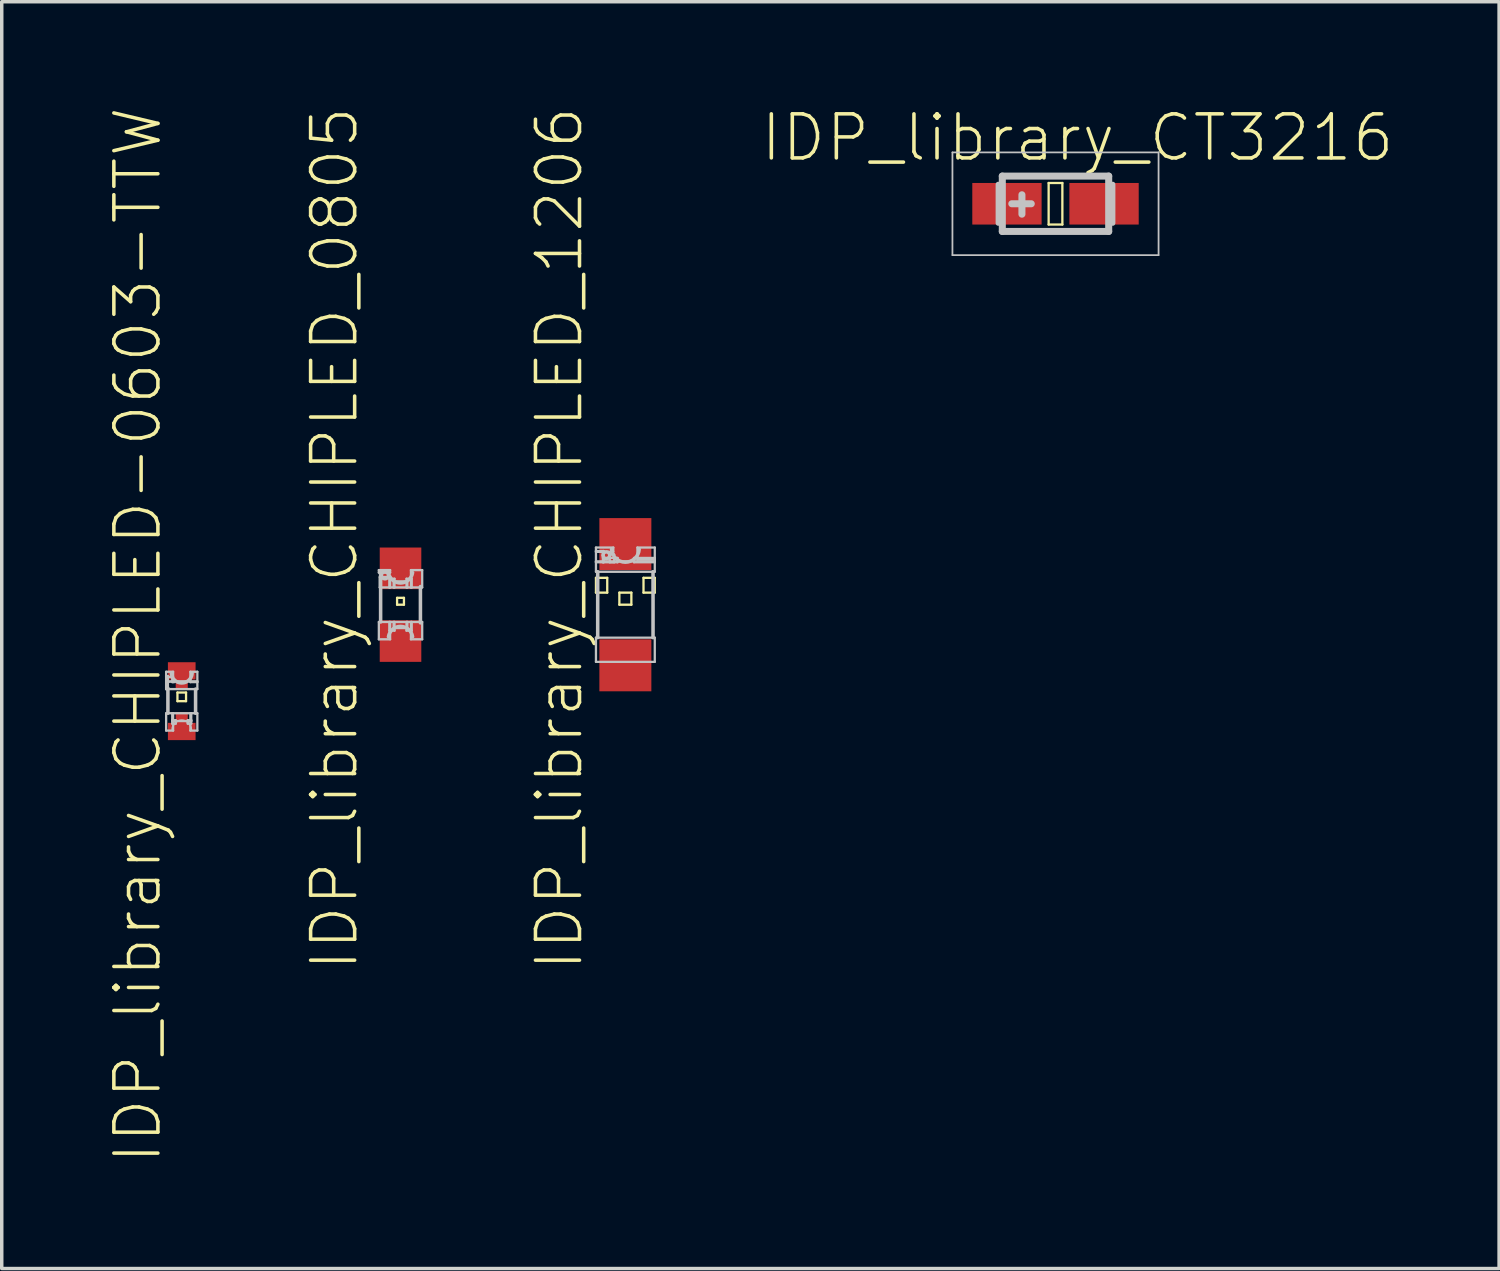
<source format=kicad_pcb>
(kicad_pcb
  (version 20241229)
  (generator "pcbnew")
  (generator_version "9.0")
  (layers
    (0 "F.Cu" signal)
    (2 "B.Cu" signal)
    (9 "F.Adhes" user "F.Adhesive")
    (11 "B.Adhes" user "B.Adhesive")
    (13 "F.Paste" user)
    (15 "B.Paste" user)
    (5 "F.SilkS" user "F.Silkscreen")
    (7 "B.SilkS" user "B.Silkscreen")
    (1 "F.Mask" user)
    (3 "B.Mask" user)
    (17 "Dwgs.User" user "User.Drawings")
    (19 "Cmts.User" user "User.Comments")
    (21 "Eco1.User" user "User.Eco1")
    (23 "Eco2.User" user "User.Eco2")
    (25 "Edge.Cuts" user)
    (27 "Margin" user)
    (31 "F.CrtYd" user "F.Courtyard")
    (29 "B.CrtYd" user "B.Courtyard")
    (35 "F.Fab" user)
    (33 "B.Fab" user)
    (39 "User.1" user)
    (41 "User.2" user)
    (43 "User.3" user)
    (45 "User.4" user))
  (footprint "IDP_library_CHIPLED_1206"
    (layer "F.Cu")
    (at 14.984 14.388)
    (property "Reference" "IDP_library_CHIPLED_1206" (at -1.905 -1.905 90) (layer "F.SilkS") (effects (font (size 1.27 1.27) (thickness 0.102))))
    (attr smd)
    (fp_line (start -0.848 -0.775) (end -0.523 -0.775) (stroke (width 0.066) (type solid)) (layer "F.SilkS"))
    (fp_line (start -0.848 -0.348) (end -0.848 -0.775) (stroke (width 0.066) (type solid)) (layer "F.SilkS"))
    (fp_line (start -0.848 -0.348) (end -0.523 -0.348) (stroke (width 0.066) (type solid)) (layer "F.SilkS"))
    (fp_line (start -0.523 -0.348) (end -0.523 -0.775) (stroke (width 0.066) (type solid)) (layer "F.SilkS"))
    (fp_line (start -0.173 -0.348) (end 0.173 -0.348) (stroke (width 0.066) (type solid)) (layer "F.SilkS"))
    (fp_line (start -0.173 0) (end -0.173 -0.348) (stroke (width 0.066) (type solid)) (layer "F.SilkS"))
    (fp_line (start -0.173 0) (end 0.173 0) (stroke (width 0.066) (type solid)) (layer "F.SilkS"))
    (fp_line (start 0.173 0) (end 0.173 -0.348) (stroke (width 0.066) (type solid)) (layer "F.SilkS"))
    (fp_line (start 0.523 -0.775) (end 0.848 -0.775) (stroke (width 0.066) (type solid)) (layer "F.SilkS"))
    (fp_line (start 0.523 -0.348) (end 0.523 -0.775) (stroke (width 0.066) (type solid)) (layer "F.SilkS"))
    (fp_line (start 0.523 -0.348) (end 0.848 -0.348) (stroke (width 0.066) (type solid)) (layer "F.SilkS"))
    (fp_line (start 0.848 -0.348) (end 0.848 -0.775) (stroke (width 0.066) (type solid)) (layer "F.SilkS"))
    (fp_line (start -0.848 -1.648) (end -0.348 -1.648) (stroke (width 0.066) (type solid)) (layer "Dwgs.User"))
    (fp_line (start -0.848 -1.549) (end -0.625 -1.549) (stroke (width 0.066) (type solid)) (layer "Dwgs.User"))
    (fp_line (start -0.848 -1.524) (end -0.848 -1.648) (stroke (width 0.066) (type solid)) (layer "Dwgs.User"))
    (fp_line (start -0.848 -1.524) (end -0.348 -1.524) (stroke (width 0.066) (type solid)) (layer "Dwgs.User"))
    (fp_line (start -0.848 -1.25) (end 0.848 -1.25) (stroke (width 0.066) (type solid)) (layer "Dwgs.User"))
    (fp_line (start -0.848 -1.224) (end -0.848 -1.549) (stroke (width 0.066) (type solid)) (layer "Dwgs.User"))
    (fp_line (start -0.848 -1.224) (end -0.625 -1.224) (stroke (width 0.066) (type solid)) (layer "Dwgs.User"))
    (fp_line (start -0.848 -0.95) (end -0.848 -1.25) (stroke (width 0.066) (type solid)) (layer "Dwgs.User"))
    (fp_line (start -0.848 -0.95) (end 0.848 -0.95) (stroke (width 0.066) (type solid)) (layer "Dwgs.User"))
    (fp_line (start -0.848 0.95) (end 0.848 0.95) (stroke (width 0.066) (type solid)) (layer "Dwgs.User"))
    (fp_line (start -0.848 1.648) (end -0.848 0.95) (stroke (width 0.066) (type solid)) (layer "Dwgs.User"))
    (fp_line (start -0.848 1.648) (end 0.848 1.648) (stroke (width 0.066) (type solid)) (layer "Dwgs.User"))
    (fp_line (start -0.798 0.95) (end -0.798 -0.95) (stroke (width 0.102) (type solid)) (layer "Dwgs.User"))
    (fp_line (start -0.648 -1.349) (end -0.224 -1.349) (stroke (width 0.066) (type solid)) (layer "Dwgs.User"))
    (fp_line (start -0.648 -1.224) (end -0.648 -1.349) (stroke (width 0.066) (type solid)) (layer "Dwgs.User"))
    (fp_line (start -0.648 -1.224) (end -0.224 -1.224) (stroke (width 0.066) (type solid)) (layer "Dwgs.User"))
    (fp_line (start -0.625 -1.224) (end -0.625 -1.549) (stroke (width 0.066) (type solid)) (layer "Dwgs.User"))
    (fp_line (start -0.45 -1.448) (end -0.323 -1.448) (stroke (width 0.066) (type solid)) (layer "Dwgs.User"))
    (fp_line (start -0.45 -1.224) (end -0.45 -1.448) (stroke (width 0.066) (type solid)) (layer "Dwgs.User"))
    (fp_line (start -0.45 -1.224) (end -0.323 -1.224) (stroke (width 0.066) (type solid)) (layer "Dwgs.User"))
    (fp_line (start -0.348 -1.524) (end -0.348 -1.648) (stroke (width 0.066) (type solid)) (layer "Dwgs.User"))
    (fp_line (start -0.323 -1.224) (end -0.323 -1.448) (stroke (width 0.066) (type solid)) (layer "Dwgs.User"))
    (fp_line (start -0.224 -1.224) (end -0.224 -1.349) (stroke (width 0.066) (type solid)) (layer "Dwgs.User"))
    (fp_line (start 0.249 -1.349) (end 0.848 -1.349) (stroke (width 0.066) (type solid)) (layer "Dwgs.User"))
    (fp_line (start 0.249 -1.224) (end 0.249 -1.349) (stroke (width 0.066) (type solid)) (layer "Dwgs.User"))
    (fp_line (start 0.249 -1.224) (end 0.848 -1.224) (stroke (width 0.066) (type solid)) (layer "Dwgs.User"))
    (fp_line (start 0.348 -1.648) (end 0.848 -1.648) (stroke (width 0.066) (type solid)) (layer "Dwgs.User"))
    (fp_line (start 0.348 -1.298) (end 0.348 -1.648) (stroke (width 0.066) (type solid)) (layer "Dwgs.User"))
    (fp_line (start 0.348 -1.298) (end 0.848 -1.298) (stroke (width 0.066) (type solid)) (layer "Dwgs.User"))
    (fp_line (start 0.798 -0.95) (end 0.798 0.95) (stroke (width 0.102) (type solid)) (layer "Dwgs.User"))
    (fp_line (start 0.848 -1.298) (end 0.848 -1.648) (stroke (width 0.066) (type solid)) (layer "Dwgs.User"))
    (fp_line (start 0.848 -1.224) (end 0.848 -1.349) (stroke (width 0.066) (type solid)) (layer "Dwgs.User"))
    (fp_line (start 0.848 -0.95) (end 0.848 -1.25) (stroke (width 0.066) (type solid)) (layer "Dwgs.User"))
    (fp_line (start 0.848 1.648) (end 0.848 0.95) (stroke (width 0.066) (type solid)) (layer "Dwgs.User"))
    (fp_arc (start 0.39878 -1.59766) (mid -0.002147 -1.225848) (end -0.399057 -1.601946) (stroke (width 0.1016) (type solid)) (layer "Dwgs.User"))
    (fp_circle (center -0.549 -1.425) (end -0.549 -1.524) (stroke (width 0.102) (type solid)) (fill no) (layer "Dwgs.User"))
    (pad "A" smd rect (at 0 1.748) (size 1.499 1.499) (layers "F.Cu" "F.Mask" "F.Paste"))
    (pad "C" smd rect (at 0 -1.748) (size 1.499 1.499) (layers "F.Cu" "F.Mask" "F.Paste")))
  (footprint "IDP_library_CT3216"
    (layer "F.Cu")
    (at 27.388 2.826)
    (property "Reference" "IDP_library_CT3216" (at 0.635 -1.905 0) (layer "F.SilkS") (effects (font (size 1.27 1.27) (thickness 0.102))))
    (attr smd)
    (fp_line (start -0.198 -0.599) (end 0.198 -0.599) (stroke (width 0.066) (type solid)) (layer "F.SilkS"))
    (fp_line (start -0.198 0.599) (end -0.198 -0.599) (stroke (width 0.066) (type solid)) (layer "F.SilkS"))
    (fp_line (start -0.198 0.599) (end 0.198 0.599) (stroke (width 0.066) (type solid)) (layer "F.SilkS"))
    (fp_line (start 0.198 0.599) (end 0.198 -0.599) (stroke (width 0.066) (type solid)) (layer "F.SilkS"))
    (fp_line (start -2.972 -1.481) (end 2.972 -1.481) (stroke (width 0.051) (type solid)) (layer "Dwgs.User"))
    (fp_line (start -2.972 1.481) (end -2.972 -1.481) (stroke (width 0.051) (type solid)) (layer "Dwgs.User"))
    (fp_line (start -1.651 -0.559) (end -1.651 0.559) (stroke (width 0.152) (type solid)) (layer "Dwgs.User"))
    (fp_line (start -1.534 -0.798) (end -1.534 0.798) (stroke (width 0.203) (type solid)) (layer "Dwgs.User"))
    (fp_line (start -1.534 0.798) (end 1.534 0.798) (stroke (width 0.203) (type solid)) (layer "Dwgs.User"))
    (fp_line (start -0.968 -0.259) (end -0.968 0.3) (stroke (width 0.203) (type solid)) (layer "Dwgs.User"))
    (fp_line (start -0.699 0) (end -1.26 0) (stroke (width 0.203) (type solid)) (layer "Dwgs.User"))
    (fp_line (start 1.534 -0.798) (end -1.534 -0.798) (stroke (width 0.203) (type solid)) (layer "Dwgs.User"))
    (fp_line (start 1.534 0.798) (end 1.534 -0.798) (stroke (width 0.203) (type solid)) (layer "Dwgs.User"))
    (fp_line (start 1.651 -0.559) (end 1.651 0.559) (stroke (width 0.152) (type solid)) (layer "Dwgs.User"))
    (fp_line (start 2.972 -1.481) (end 2.972 1.481) (stroke (width 0.051) (type solid)) (layer "Dwgs.User"))
    (fp_line (start 2.972 1.481) (end -2.972 1.481) (stroke (width 0.051) (type solid)) (layer "Dwgs.User"))
    (pad "+" smd rect (at -1.4 0) (size 1.999 1.199) (layers "F.Cu" "F.Mask" "F.Paste"))
    (pad "-" smd rect (at 1.4 0) (size 1.999 1.199) (layers "F.Cu" "F.Mask" "F.Paste")))
  (footprint "IDP_library_CHIPLED-0603-TTW"
    (layer "F.Cu")
    (at 2.191 17.17)
    (property "Reference" "IDP_library_CHIPLED-0603-TTW" (at -1.27 -1.905 90) (layer "F.SilkS") (effects (font (size 1.27 1.27) (thickness 0.102))))
    (attr smd)
    (fp_line (start -0.399 -1.123) (end 0.399 -1.123) (stroke (width 0.066) (type solid)) (layer "F.Mask"))
    (fp_line (start -0.399 -0.625) (end -0.399 -1.123) (stroke (width 0.066) (type solid)) (layer "F.Mask"))
    (fp_line (start -0.399 -0.625) (end 0.399 -0.625) (stroke (width 0.066) (type solid)) (layer "F.Mask"))
    (fp_line (start -0.399 0.625) (end 0.399 0.625) (stroke (width 0.066) (type solid)) (layer "F.Mask"))
    (fp_line (start -0.399 1.123) (end -0.399 0.625) (stroke (width 0.066) (type solid)) (layer "F.Mask"))
    (fp_line (start -0.399 1.123) (end 0.399 1.123) (stroke (width 0.066) (type solid)) (layer "F.Mask"))
    (fp_line (start -0.173 -0.699) (end 0.173 -0.699) (stroke (width 0.066) (type solid)) (layer "F.Mask"))
    (fp_line (start -0.173 -0.323) (end -0.173 -0.699) (stroke (width 0.066) (type solid)) (layer "F.Mask"))
    (fp_line (start -0.173 -0.323) (end 0.173 -0.323) (stroke (width 0.066) (type solid)) (layer "F.Mask"))
    (fp_line (start -0.173 0.323) (end 0.173 0.323) (stroke (width 0.066) (type solid)) (layer "F.Mask"))
    (fp_line (start -0.173 0.673) (end -0.173 0.323) (stroke (width 0.066) (type solid)) (layer "F.Mask"))
    (fp_line (start -0.173 0.673) (end 0.173 0.673) (stroke (width 0.066) (type solid)) (layer "F.Mask"))
    (fp_line (start 0.173 -0.323) (end 0.173 -0.699) (stroke (width 0.066) (type solid)) (layer "F.Mask"))
    (fp_line (start 0.173 0.673) (end 0.173 0.323) (stroke (width 0.066) (type solid)) (layer "F.Mask"))
    (fp_line (start 0.399 -0.625) (end 0.399 -1.123) (stroke (width 0.066) (type solid)) (layer "F.Mask"))
    (fp_line (start 0.399 1.123) (end 0.399 0.625) (stroke (width 0.066) (type solid)) (layer "F.Mask"))
    (fp_line (start -0.124 -0.249) (end 0.124 -0.249) (stroke (width 0.066) (type solid)) (layer "F.SilkS"))
    (fp_line (start -0.124 0) (end -0.124 -0.249) (stroke (width 0.066) (type solid)) (layer "F.SilkS"))
    (fp_line (start -0.124 0) (end 0.124 0) (stroke (width 0.066) (type solid)) (layer "F.SilkS"))
    (fp_line (start 0.124 0) (end 0.124 -0.249) (stroke (width 0.066) (type solid)) (layer "F.SilkS"))
    (fp_line (start -0.45 -0.848) (end -0.249 -0.848) (stroke (width 0.066) (type solid)) (layer "Dwgs.User"))
    (fp_line (start -0.45 -0.724) (end -0.399 -0.724) (stroke (width 0.066) (type solid)) (layer "Dwgs.User"))
    (fp_line (start -0.45 -0.699) (end -0.45 -0.848) (stroke (width 0.066) (type solid)) (layer "Dwgs.User"))
    (fp_line (start -0.45 -0.699) (end -0.249 -0.699) (stroke (width 0.066) (type solid)) (layer "Dwgs.User"))
    (fp_line (start -0.45 -0.574) (end 0.45 -0.574) (stroke (width 0.066) (type solid)) (layer "Dwgs.User"))
    (fp_line (start -0.45 -0.348) (end -0.45 -0.724) (stroke (width 0.066) (type solid)) (layer "Dwgs.User"))
    (fp_line (start -0.45 -0.348) (end -0.45 -0.574) (stroke (width 0.066) (type solid)) (layer "Dwgs.User"))
    (fp_line (start -0.45 -0.348) (end -0.399 -0.348) (stroke (width 0.066) (type solid)) (layer "Dwgs.User"))
    (fp_line (start -0.45 -0.348) (end 0.45 -0.348) (stroke (width 0.066) (type solid)) (layer "Dwgs.User"))
    (fp_line (start -0.45 0.348) (end -0.249 0.348) (stroke (width 0.066) (type solid)) (layer "Dwgs.User"))
    (fp_line (start -0.45 0.848) (end -0.45 0.348) (stroke (width 0.066) (type solid)) (layer "Dwgs.User"))
    (fp_line (start -0.45 0.848) (end -0.249 0.848) (stroke (width 0.066) (type solid)) (layer "Dwgs.User"))
    (fp_line (start -0.399 -0.373) (end -0.399 0.348) (stroke (width 0.102) (type solid)) (layer "Dwgs.User"))
    (fp_line (start -0.399 -0.348) (end -0.399 -0.724) (stroke (width 0.066) (type solid)) (layer "Dwgs.User"))
    (fp_line (start -0.274 -0.599) (end -0.224 -0.599) (stroke (width 0.066) (type solid)) (layer "Dwgs.User"))
    (fp_line (start -0.274 -0.549) (end -0.274 -0.599) (stroke (width 0.066) (type solid)) (layer "Dwgs.User"))
    (fp_line (start -0.274 -0.549) (end -0.224 -0.549) (stroke (width 0.066) (type solid)) (layer "Dwgs.User"))
    (fp_line (start -0.274 0.348) (end 0.274 0.348) (stroke (width 0.066) (type solid)) (layer "Dwgs.User"))
    (fp_line (start -0.274 0.549) (end -0.173 0.549) (stroke (width 0.066) (type solid)) (layer "Dwgs.User"))
    (fp_line (start -0.274 0.574) (end -0.274 0.348) (stroke (width 0.066) (type solid)) (layer "Dwgs.User"))
    (fp_line (start -0.274 0.574) (end 0.274 0.574) (stroke (width 0.066) (type solid)) (layer "Dwgs.User"))
    (fp_line (start -0.274 0.648) (end -0.274 0.549) (stroke (width 0.066) (type solid)) (layer "Dwgs.User"))
    (fp_line (start -0.274 0.648) (end -0.173 0.648) (stroke (width 0.066) (type solid)) (layer "Dwgs.User"))
    (fp_line (start -0.249 -0.699) (end -0.249 -0.848) (stroke (width 0.066) (type solid)) (layer "Dwgs.User"))
    (fp_line (start -0.249 0.848) (end -0.249 0.348) (stroke (width 0.066) (type solid)) (layer "Dwgs.User"))
    (fp_line (start -0.224 -0.549) (end -0.224 -0.599) (stroke (width 0.066) (type solid)) (layer "Dwgs.User"))
    (fp_line (start -0.173 0.648) (end -0.173 0.549) (stroke (width 0.066) (type solid)) (layer "Dwgs.User"))
    (fp_line (start 0.173 0.549) (end 0.274 0.549) (stroke (width 0.066) (type solid)) (layer "Dwgs.User"))
    (fp_line (start 0.173 0.648) (end 0.173 0.549) (stroke (width 0.066) (type solid)) (layer "Dwgs.User"))
    (fp_line (start 0.173 0.648) (end 0.274 0.648) (stroke (width 0.066) (type solid)) (layer "Dwgs.User"))
    (fp_line (start 0.249 -0.848) (end 0.45 -0.848) (stroke (width 0.066) (type solid)) (layer "Dwgs.User"))
    (fp_line (start 0.249 -0.549) (end 0.249 -0.848) (stroke (width 0.066) (type solid)) (layer "Dwgs.User"))
    (fp_line (start 0.249 -0.549) (end 0.45 -0.549) (stroke (width 0.066) (type solid)) (layer "Dwgs.User"))
    (fp_line (start 0.249 0.348) (end 0.45 0.348) (stroke (width 0.066) (type solid)) (layer "Dwgs.User"))
    (fp_line (start 0.249 0.848) (end 0.249 0.348) (stroke (width 0.066) (type solid)) (layer "Dwgs.User"))
    (fp_line (start 0.249 0.848) (end 0.45 0.848) (stroke (width 0.066) (type solid)) (layer "Dwgs.User"))
    (fp_line (start 0.274 0.574) (end 0.274 0.348) (stroke (width 0.066) (type solid)) (layer "Dwgs.User"))
    (fp_line (start 0.274 0.648) (end 0.274 0.549) (stroke (width 0.066) (type solid)) (layer "Dwgs.User"))
    (fp_line (start 0.399 -0.348) (end 0.399 0.348) (stroke (width 0.102) (type solid)) (layer "Dwgs.User"))
    (fp_line (start 0.45 -0.549) (end 0.45 -0.848) (stroke (width 0.066) (type solid)) (layer "Dwgs.User"))
    (fp_line (start 0.45 -0.348) (end 0.45 -0.574) (stroke (width 0.066) (type solid)) (layer "Dwgs.User"))
    (fp_line (start 0.45 0.848) (end 0.45 0.348) (stroke (width 0.066) (type solid)) (layer "Dwgs.User"))
    (fp_arc (start -0.27432 0.82296) (mid 0 0.54864) (end 0.27432 0.82296) (stroke (width 0.0508) (type solid)) (layer "Dwgs.User"))
    (fp_arc (start 0.29972 -0.79756) (mid -0.001711 -0.524485) (end -0.300018 -0.80097) (stroke (width 0.1016) (type solid)) (layer "Dwgs.User"))
    (fp_circle (center -0.348 -0.625) (end -0.348 -0.699) (stroke (width 0.051) (type solid)) (fill no) (layer "Dwgs.User"))
    (pad "A" smd rect (at 0 0.874) (size 0.798 0.498) (layers "F.Cu" "F.Mask" "F.Paste"))
    (pad "A@1" smd rect (at 0 0.498) (size 0.348 0.348) (layers "F.Cu" "F.Mask" "F.Paste"))
    (pad "C" smd rect (at 0 -0.874) (size 0.798 0.498) (layers "F.Cu" "F.Mask" "F.Paste"))
    (pad "C@1" smd rect (at 0 -0.498) (size 0.348 0.348) (layers "F.Cu" "F.Mask" "F.Paste")))
  (footprint "IDP_library_CHIPLED_0805"
    (layer "F.Cu")
    (at 8.5 14.388)
    (property "Reference" "IDP_library_CHIPLED_0805" (at -1.905 -1.905 90) (layer "F.SilkS") (effects (font (size 1.27 1.27) (thickness 0.102))))
    (attr smd)
    (fp_line (start -0.099 -0.198) (end 0.099 -0.198) (stroke (width 0.066) (type solid)) (layer "F.SilkS"))
    (fp_line (start -0.099 0) (end -0.099 -0.198) (stroke (width 0.066) (type solid)) (layer "F.SilkS"))
    (fp_line (start -0.099 0) (end 0.099 0) (stroke (width 0.066) (type solid)) (layer "F.SilkS"))
    (fp_line (start 0.099 0) (end 0.099 -0.198) (stroke (width 0.066) (type solid)) (layer "F.SilkS"))
    (fp_line (start -0.625 -0.998) (end -0.3 -0.998) (stroke (width 0.066) (type solid)) (layer "Dwgs.User"))
    (fp_line (start -0.625 -0.925) (end -0.625 -0.998) (stroke (width 0.066) (type solid)) (layer "Dwgs.User"))
    (fp_line (start -0.625 -0.925) (end -0.3 -0.925) (stroke (width 0.066) (type solid)) (layer "Dwgs.User"))
    (fp_line (start -0.625 0.498) (end -0.3 0.498) (stroke (width 0.066) (type solid)) (layer "Dwgs.User"))
    (fp_line (start -0.625 0.998) (end -0.625 0.498) (stroke (width 0.066) (type solid)) (layer "Dwgs.User"))
    (fp_line (start -0.625 0.998) (end -0.3 0.998) (stroke (width 0.066) (type solid)) (layer "Dwgs.User"))
    (fp_line (start -0.599 -0.798) (end -0.3 -0.798) (stroke (width 0.066) (type solid)) (layer "Dwgs.User"))
    (fp_line (start -0.599 -0.498) (end -0.599 -0.798) (stroke (width 0.066) (type solid)) (layer "Dwgs.User"))
    (fp_line (start -0.599 -0.498) (end -0.3 -0.498) (stroke (width 0.066) (type solid)) (layer "Dwgs.User"))
    (fp_line (start -0.574 0.498) (end -0.574 -0.925) (stroke (width 0.102) (type solid)) (layer "Dwgs.User"))
    (fp_line (start -0.323 -0.749) (end -0.173 -0.749) (stroke (width 0.066) (type solid)) (layer "Dwgs.User"))
    (fp_line (start -0.323 -0.498) (end -0.323 -0.749) (stroke (width 0.066) (type solid)) (layer "Dwgs.User"))
    (fp_line (start -0.323 -0.498) (end -0.173 -0.498) (stroke (width 0.066) (type solid)) (layer "Dwgs.User"))
    (fp_line (start -0.323 0.498) (end -0.173 0.498) (stroke (width 0.066) (type solid)) (layer "Dwgs.User"))
    (fp_line (start -0.323 0.749) (end -0.323 0.498) (stroke (width 0.066) (type solid)) (layer "Dwgs.User"))
    (fp_line (start -0.323 0.749) (end -0.173 0.749) (stroke (width 0.066) (type solid)) (layer "Dwgs.User"))
    (fp_line (start -0.3 -0.925) (end -0.3 -0.998) (stroke (width 0.066) (type solid)) (layer "Dwgs.User"))
    (fp_line (start -0.3 -0.498) (end -0.3 -0.798) (stroke (width 0.066) (type solid)) (layer "Dwgs.User"))
    (fp_line (start -0.3 0.998) (end -0.3 0.498) (stroke (width 0.066) (type solid)) (layer "Dwgs.User"))
    (fp_line (start -0.198 -0.673) (end 0.198 -0.673) (stroke (width 0.066) (type solid)) (layer "Dwgs.User"))
    (fp_line (start -0.198 -0.498) (end -0.198 -0.673) (stroke (width 0.066) (type solid)) (layer "Dwgs.User"))
    (fp_line (start -0.198 -0.498) (end 0.198 -0.498) (stroke (width 0.066) (type solid)) (layer "Dwgs.User"))
    (fp_line (start -0.198 0.498) (end 0.198 0.498) (stroke (width 0.066) (type solid)) (layer "Dwgs.User"))
    (fp_line (start -0.198 0.673) (end -0.198 0.498) (stroke (width 0.066) (type solid)) (layer "Dwgs.User"))
    (fp_line (start -0.198 0.673) (end 0.198 0.673) (stroke (width 0.066) (type solid)) (layer "Dwgs.User"))
    (fp_line (start -0.173 -0.498) (end -0.173 -0.749) (stroke (width 0.066) (type solid)) (layer "Dwgs.User"))
    (fp_line (start -0.173 0.749) (end -0.173 0.498) (stroke (width 0.066) (type solid)) (layer "Dwgs.User"))
    (fp_line (start 0.173 -0.749) (end 0.323 -0.749) (stroke (width 0.066) (type solid)) (layer "Dwgs.User"))
    (fp_line (start 0.173 -0.498) (end 0.173 -0.749) (stroke (width 0.066) (type solid)) (layer "Dwgs.User"))
    (fp_line (start 0.173 -0.498) (end 0.323 -0.498) (stroke (width 0.066) (type solid)) (layer "Dwgs.User"))
    (fp_line (start 0.173 0.498) (end 0.323 0.498) (stroke (width 0.066) (type solid)) (layer "Dwgs.User"))
    (fp_line (start 0.173 0.749) (end 0.173 0.498) (stroke (width 0.066) (type solid)) (layer "Dwgs.User"))
    (fp_line (start 0.173 0.749) (end 0.323 0.749) (stroke (width 0.066) (type solid)) (layer "Dwgs.User"))
    (fp_line (start 0.198 -0.498) (end 0.198 -0.673) (stroke (width 0.066) (type solid)) (layer "Dwgs.User"))
    (fp_line (start 0.198 0.673) (end 0.198 0.498) (stroke (width 0.066) (type solid)) (layer "Dwgs.User"))
    (fp_line (start 0.3 -0.998) (end 0.625 -0.998) (stroke (width 0.066) (type solid)) (layer "Dwgs.User"))
    (fp_line (start 0.3 -0.498) (end 0.3 -0.998) (stroke (width 0.066) (type solid)) (layer "Dwgs.User"))
    (fp_line (start 0.3 -0.498) (end 0.625 -0.498) (stroke (width 0.066) (type solid)) (layer "Dwgs.User"))
    (fp_line (start 0.3 0.498) (end 0.625 0.498) (stroke (width 0.066) (type solid)) (layer "Dwgs.User"))
    (fp_line (start 0.3 0.998) (end 0.3 0.498) (stroke (width 0.066) (type solid)) (layer "Dwgs.User"))
    (fp_line (start 0.3 0.998) (end 0.625 0.998) (stroke (width 0.066) (type solid)) (layer "Dwgs.User"))
    (fp_line (start 0.323 -0.498) (end 0.323 -0.749) (stroke (width 0.066) (type solid)) (layer "Dwgs.User"))
    (fp_line (start 0.323 0.749) (end 0.323 0.498) (stroke (width 0.066) (type solid)) (layer "Dwgs.User"))
    (fp_line (start 0.574 -0.523) (end 0.574 0.523) (stroke (width 0.102) (type solid)) (layer "Dwgs.User"))
    (fp_line (start 0.625 -0.498) (end 0.625 -0.998) (stroke (width 0.066) (type solid)) (layer "Dwgs.User"))
    (fp_line (start 0.625 0.998) (end 0.625 0.498) (stroke (width 0.066) (type solid)) (layer "Dwgs.User"))
    (fp_arc (start -0.34798 0.92456) (mid -0.000831 0.625857) (end 0.347724 0.922918) (stroke (width 0.1016) (type solid)) (layer "Dwgs.User"))
    (fp_arc (start 0.34798 -0.92456) (mid 0.000831 -0.625857) (end -0.347724 -0.922918) (stroke (width 0.1016) (type solid)) (layer "Dwgs.User"))
    (fp_circle (center -0.45 -0.848) (end -0.45 -0.95) (stroke (width 0.102) (type solid)) (fill no) (layer "Dwgs.User"))
    (pad "A" smd rect (at 0 1.049) (size 1.199 1.199) (layers "F.Cu" "F.Mask" "F.Paste"))
    (pad "C" smd rect (at 0 -1.049) (size 1.199 1.199) (layers "F.Cu" "F.Mask" "F.Paste")))
  (gr_rect
    (start -3 -3)
    (end 40.18 33.531)
    (stroke (width 0.1) (type default))
    (fill no)
    (layer "Edge.Cuts")))
</source>
